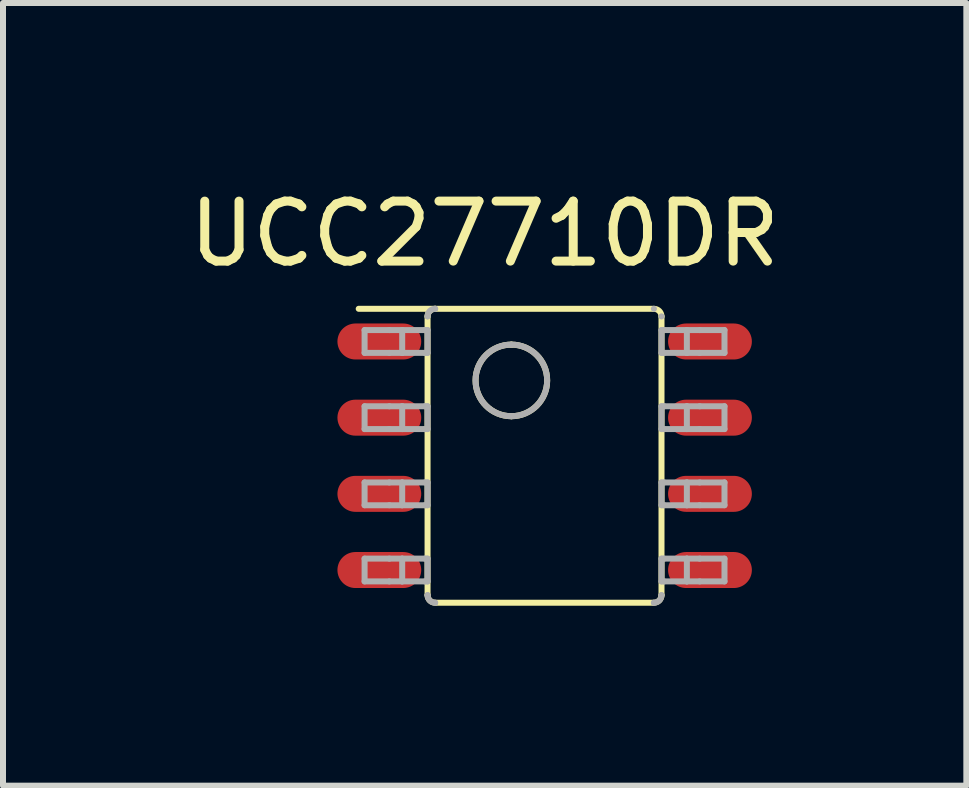
<source format=kicad_pcb>
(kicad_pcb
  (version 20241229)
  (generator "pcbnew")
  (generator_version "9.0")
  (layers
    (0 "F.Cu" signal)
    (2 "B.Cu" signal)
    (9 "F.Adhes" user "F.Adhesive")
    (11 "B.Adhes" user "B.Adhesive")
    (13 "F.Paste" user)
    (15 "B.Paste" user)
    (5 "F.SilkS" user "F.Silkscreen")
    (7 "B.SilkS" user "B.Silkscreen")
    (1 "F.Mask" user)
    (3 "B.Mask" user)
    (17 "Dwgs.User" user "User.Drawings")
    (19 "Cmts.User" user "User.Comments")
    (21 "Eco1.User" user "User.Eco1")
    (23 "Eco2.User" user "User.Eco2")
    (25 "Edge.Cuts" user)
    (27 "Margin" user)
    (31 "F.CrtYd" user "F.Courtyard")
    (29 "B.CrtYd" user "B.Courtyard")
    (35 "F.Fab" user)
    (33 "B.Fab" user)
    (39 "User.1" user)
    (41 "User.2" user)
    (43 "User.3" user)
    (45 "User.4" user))
  (footprint "UCC27710DR"
    (layer "F.Cu")
    (at 6.03 4.548)
    (property "Reference" "UCC27710DR" (at -1 -3.7 0) (layer "F.SilkS") (effects (font (size 1 1) (thickness 0.15))))
    (attr through_hole)
    (fp_line (start -3.1 -2.45) (end 1.8 -2.45) (stroke (width 0.1) (type solid)) (layer "F.SilkS"))
    (fp_line (start -1.952 2.323) (end -1.952 -2.323) (stroke (width 0.1) (type solid)) (layer "F.SilkS"))
    (fp_line (start 1.8 2.45) (end -1.8 2.45) (stroke (width 0.1) (type solid)) (layer "F.SilkS"))
    (fp_line (start 1.948 2.323) (end 1.948 -2.323) (stroke (width 0.1) (type solid)) (layer "F.SilkS"))
    (fp_arc (start -1.952001 -2.32405) (mid -1.914767 -2.412844) (end -1.825941 -2.450002) (stroke (width 0.1) (type solid)) (layer "F.SilkS"))
    (fp_arc (start -1.826049 2.44999) (mid -1.914844 2.412757) (end -1.952002 2.323931) (stroke (width 0.1) (type solid)) (layer "F.SilkS"))
    (fp_arc (start -0.555 -1.8531) (mid 0.0419 -1.2562) (end -0.555 -0.6593) (stroke (width 0.1) (type solid)) (layer "F.SilkS"))
    (fp_arc (start -0.555 -0.6593) (mid -1.1519 -1.2562) (end -0.555 -1.8531) (stroke (width 0.1) (type solid)) (layer "F.SilkS"))
    (fp_arc (start 1.822041 -2.450002) (mid 1.910836 -2.412768) (end 1.947994 -2.323941) (stroke (width 0.1) (type solid)) (layer "F.SilkS"))
    (fp_arc (start 1.947993 2.324038) (mid 1.91076 2.412833) (end 1.821933 2.449992) (stroke (width 0.1) (type solid)) (layer "F.SilkS"))
    (fp_line (start -3.002 -2.095) (end -2.589 -2.095) (stroke (width 0.1) (type solid)) (layer "F.Fab"))
    (fp_line (start -3.002 -1.715) (end -3.002 -2.095) (stroke (width 0.1) (type solid)) (layer "F.Fab"))
    (fp_line (start -3.002 -1.715) (end -2.589 -1.715) (stroke (width 0.1) (type solid)) (layer "F.Fab"))
    (fp_line (start -3.002 -0.825) (end -2.589 -0.825) (stroke (width 0.1) (type solid)) (layer "F.Fab"))
    (fp_line (start -3.002 -0.445) (end -3.002 -0.825) (stroke (width 0.1) (type solid)) (layer "F.Fab"))
    (fp_line (start -3.002 -0.445) (end -2.589 -0.445) (stroke (width 0.1) (type solid)) (layer "F.Fab"))
    (fp_line (start -3.002 0.445) (end -2.589 0.445) (stroke (width 0.1) (type solid)) (layer "F.Fab"))
    (fp_line (start -3.002 0.825) (end -3.002 0.445) (stroke (width 0.1) (type solid)) (layer "F.Fab"))
    (fp_line (start -3.002 0.825) (end -2.589 0.825) (stroke (width 0.1) (type solid)) (layer "F.Fab"))
    (fp_line (start -3.002 1.715) (end -2.589 1.715) (stroke (width 0.1) (type solid)) (layer "F.Fab"))
    (fp_line (start -3.002 2.095) (end -3.002 1.715) (stroke (width 0.1) (type solid)) (layer "F.Fab"))
    (fp_line (start -3.002 2.095) (end -2.589 2.095) (stroke (width 0.1) (type solid)) (layer "F.Fab"))
    (fp_line (start -2.589 -2.095) (end -2.375 -2.095) (stroke (width 0.1) (type solid)) (layer "F.Fab"))
    (fp_line (start -2.589 -1.715) (end -2.375 -1.715) (stroke (width 0.1) (type solid)) (layer "F.Fab"))
    (fp_line (start -2.589 -0.825) (end -2.375 -0.825) (stroke (width 0.1) (type solid)) (layer "F.Fab"))
    (fp_line (start -2.589 -0.445) (end -2.375 -0.445) (stroke (width 0.1) (type solid)) (layer "F.Fab"))
    (fp_line (start -2.589 0.445) (end -2.375 0.445) (stroke (width 0.1) (type solid)) (layer "F.Fab"))
    (fp_line (start -2.589 0.825) (end -2.375 0.825) (stroke (width 0.1) (type solid)) (layer "F.Fab"))
    (fp_line (start -2.589 1.715) (end -2.375 1.715) (stroke (width 0.1) (type solid)) (layer "F.Fab"))
    (fp_line (start -2.589 2.095) (end -2.375 2.095) (stroke (width 0.1) (type solid)) (layer "F.Fab"))
    (fp_line (start -2.375 -2.095) (end -1.995 -2.095) (stroke (width 0.1) (type solid)) (layer "F.Fab"))
    (fp_line (start -2.375 -1.715) (end -2.375 -2.095) (stroke (width 0.1) (type solid)) (layer "F.Fab"))
    (fp_line (start -2.375 -1.715) (end -1.995 -1.715) (stroke (width 0.1) (type solid)) (layer "F.Fab"))
    (fp_line (start -2.375 -0.825) (end -1.995 -0.825) (stroke (width 0.1) (type solid)) (layer "F.Fab"))
    (fp_line (start -2.375 -0.445) (end -2.375 -0.825) (stroke (width 0.1) (type solid)) (layer "F.Fab"))
    (fp_line (start -2.375 -0.445) (end -1.995 -0.445) (stroke (width 0.1) (type solid)) (layer "F.Fab"))
    (fp_line (start -2.375 0.445) (end -1.995 0.445) (stroke (width 0.1) (type solid)) (layer "F.Fab"))
    (fp_line (start -2.375 0.825) (end -2.375 0.445) (stroke (width 0.1) (type solid)) (layer "F.Fab"))
    (fp_line (start -2.375 0.825) (end -1.995 0.825) (stroke (width 0.1) (type solid)) (layer "F.Fab"))
    (fp_line (start -2.375 1.715) (end -1.995 1.715) (stroke (width 0.1) (type solid)) (layer "F.Fab"))
    (fp_line (start -2.375 2.095) (end -2.375 1.715) (stroke (width 0.1) (type solid)) (layer "F.Fab"))
    (fp_line (start -2.375 2.095) (end -1.995 2.095) (stroke (width 0.1) (type solid)) (layer "F.Fab"))
    (fp_line (start -1.995 -2.095) (end -1.952 -2.095) (stroke (width 0.1) (type solid)) (layer "F.Fab"))
    (fp_line (start -1.995 -1.715) (end -1.952 -1.715) (stroke (width 0.1) (type solid)) (layer "F.Fab"))
    (fp_line (start -1.995 -0.825) (end -1.952 -0.825) (stroke (width 0.1) (type solid)) (layer "F.Fab"))
    (fp_line (start -1.995 -0.445) (end -1.952 -0.445) (stroke (width 0.1) (type solid)) (layer "F.Fab"))
    (fp_line (start -1.995 0.445) (end -1.952 0.445) (stroke (width 0.1) (type solid)) (layer "F.Fab"))
    (fp_line (start -1.995 0.825) (end -1.952 0.825) (stroke (width 0.1) (type solid)) (layer "F.Fab"))
    (fp_line (start -1.995 1.715) (end -1.952 1.715) (stroke (width 0.1) (type solid)) (layer "F.Fab"))
    (fp_line (start -1.995 2.095) (end -1.952 2.095) (stroke (width 0.1) (type solid)) (layer "F.Fab"))
    (fp_line (start -1.952 -2.323) (end -1.952 -2.324) (stroke (width 0.1) (type solid)) (layer "F.Fab"))
    (fp_line (start -1.952 -1.715) (end -1.952 -2.095) (stroke (width 0.1) (type solid)) (layer "F.Fab"))
    (fp_line (start -1.952 -0.445) (end -1.952 -0.825) (stroke (width 0.1) (type solid)) (layer "F.Fab"))
    (fp_line (start -1.952 0.825) (end -1.952 0.445) (stroke (width 0.1) (type solid)) (layer "F.Fab"))
    (fp_line (start -1.952 2.095) (end -1.952 1.715) (stroke (width 0.1) (type solid)) (layer "F.Fab"))
    (fp_line (start -1.952 2.324) (end -1.952 2.323) (stroke (width 0.1) (type solid)) (layer "F.Fab"))
    (fp_line (start -1.826 -2.45) (end -1.825 -2.45) (stroke (width 0.1) (type solid)) (layer "F.Fab"))
    (fp_line (start -1.826 2.45) (end -1.825 2.45) (stroke (width 0.1) (type solid)) (layer "F.Fab"))
    (fp_line (start 1.821 -2.45) (end 1.822 -2.45) (stroke (width 0.1) (type solid)) (layer "F.Fab"))
    (fp_line (start 1.821 2.45) (end 1.822 2.45) (stroke (width 0.1) (type solid)) (layer "F.Fab"))
    (fp_line (start 1.948 -2.323) (end 1.948 -2.324) (stroke (width 0.1) (type solid)) (layer "F.Fab"))
    (fp_line (start 1.948 -2.095) (end 1.991 -2.095) (stroke (width 0.1) (type solid)) (layer "F.Fab"))
    (fp_line (start 1.948 -1.715) (end 1.948 -2.095) (stroke (width 0.1) (type solid)) (layer "F.Fab"))
    (fp_line (start 1.948 -1.715) (end 1.991 -1.715) (stroke (width 0.1) (type solid)) (layer "F.Fab"))
    (fp_line (start 1.948 -0.825) (end 1.991 -0.825) (stroke (width 0.1) (type solid)) (layer "F.Fab"))
    (fp_line (start 1.948 -0.445) (end 1.948 -0.825) (stroke (width 0.1) (type solid)) (layer "F.Fab"))
    (fp_line (start 1.948 -0.445) (end 1.991 -0.445) (stroke (width 0.1) (type solid)) (layer "F.Fab"))
    (fp_line (start 1.948 0.445) (end 1.991 0.445) (stroke (width 0.1) (type solid)) (layer "F.Fab"))
    (fp_line (start 1.948 0.825) (end 1.948 0.445) (stroke (width 0.1) (type solid)) (layer "F.Fab"))
    (fp_line (start 1.948 0.825) (end 1.991 0.825) (stroke (width 0.1) (type solid)) (layer "F.Fab"))
    (fp_line (start 1.948 1.715) (end 1.991 1.715) (stroke (width 0.1) (type solid)) (layer "F.Fab"))
    (fp_line (start 1.948 2.095) (end 1.948 1.715) (stroke (width 0.1) (type solid)) (layer "F.Fab"))
    (fp_line (start 1.948 2.095) (end 1.991 2.095) (stroke (width 0.1) (type solid)) (layer "F.Fab"))
    (fp_line (start 1.948 2.324) (end 1.948 2.323) (stroke (width 0.1) (type solid)) (layer "F.Fab"))
    (fp_line (start 1.991 -2.095) (end 2.371 -2.095) (stroke (width 0.1) (type solid)) (layer "F.Fab"))
    (fp_line (start 1.991 -1.715) (end 2.371 -1.715) (stroke (width 0.1) (type solid)) (layer "F.Fab"))
    (fp_line (start 1.991 -0.825) (end 2.371 -0.825) (stroke (width 0.1) (type solid)) (layer "F.Fab"))
    (fp_line (start 1.991 -0.445) (end 2.371 -0.445) (stroke (width 0.1) (type solid)) (layer "F.Fab"))
    (fp_line (start 1.991 0.445) (end 2.371 0.445) (stroke (width 0.1) (type solid)) (layer "F.Fab"))
    (fp_line (start 1.991 0.825) (end 2.371 0.825) (stroke (width 0.1) (type solid)) (layer "F.Fab"))
    (fp_line (start 1.991 1.715) (end 2.371 1.715) (stroke (width 0.1) (type solid)) (layer "F.Fab"))
    (fp_line (start 1.991 2.095) (end 2.371 2.095) (stroke (width 0.1) (type solid)) (layer "F.Fab"))
    (fp_line (start 2.371 -2.095) (end 2.585 -2.095) (stroke (width 0.1) (type solid)) (layer "F.Fab"))
    (fp_line (start 2.371 -1.715) (end 2.371 -2.095) (stroke (width 0.1) (type solid)) (layer "F.Fab"))
    (fp_line (start 2.371 -1.715) (end 2.585 -1.715) (stroke (width 0.1) (type solid)) (layer "F.Fab"))
    (fp_line (start 2.371 -0.825) (end 2.585 -0.825) (stroke (width 0.1) (type solid)) (layer "F.Fab"))
    (fp_line (start 2.371 -0.445) (end 2.371 -0.825) (stroke (width 0.1) (type solid)) (layer "F.Fab"))
    (fp_line (start 2.371 -0.445) (end 2.585 -0.445) (stroke (width 0.1) (type solid)) (layer "F.Fab"))
    (fp_line (start 2.371 0.445) (end 2.585 0.445) (stroke (width 0.1) (type solid)) (layer "F.Fab"))
    (fp_line (start 2.371 0.825) (end 2.371 0.445) (stroke (width 0.1) (type solid)) (layer "F.Fab"))
    (fp_line (start 2.371 0.825) (end 2.585 0.825) (stroke (width 0.1) (type solid)) (layer "F.Fab"))
    (fp_line (start 2.371 1.715) (end 2.585 1.715) (stroke (width 0.1) (type solid)) (layer "F.Fab"))
    (fp_line (start 2.371 2.095) (end 2.371 1.715) (stroke (width 0.1) (type solid)) (layer "F.Fab"))
    (fp_line (start 2.371 2.095) (end 2.585 2.095) (stroke (width 0.1) (type solid)) (layer "F.Fab"))
    (fp_line (start 2.585 -2.095) (end 2.998 -2.095) (stroke (width 0.1) (type solid)) (layer "F.Fab"))
    (fp_line (start 2.585 -1.715) (end 2.998 -1.715) (stroke (width 0.1) (type solid)) (layer "F.Fab"))
    (fp_line (start 2.585 -0.825) (end 2.998 -0.825) (stroke (width 0.1) (type solid)) (layer "F.Fab"))
    (fp_line (start 2.585 -0.445) (end 2.998 -0.445) (stroke (width 0.1) (type solid)) (layer "F.Fab"))
    (fp_line (start 2.585 0.445) (end 2.998 0.445) (stroke (width 0.1) (type solid)) (layer "F.Fab"))
    (fp_line (start 2.585 0.825) (end 2.998 0.825) (stroke (width 0.1) (type solid)) (layer "F.Fab"))
    (fp_line (start 2.585 1.715) (end 2.998 1.715) (stroke (width 0.1) (type solid)) (layer "F.Fab"))
    (fp_line (start 2.585 2.095) (end 2.998 2.095) (stroke (width 0.1) (type solid)) (layer "F.Fab"))
    (fp_line (start 2.998 -1.715) (end 2.998 -2.095) (stroke (width 0.1) (type solid)) (layer "F.Fab"))
    (fp_line (start 2.998 -0.445) (end 2.998 -0.825) (stroke (width 0.1) (type solid)) (layer "F.Fab"))
    (fp_line (start 2.998 0.825) (end 2.998 0.445) (stroke (width 0.1) (type solid)) (layer "F.Fab"))
    (fp_line (start 2.998 2.095) (end 2.998 1.715) (stroke (width 0.1) (type solid)) (layer "F.Fab"))
    (fp_arc (start -1.952002 -2.323941) (mid -1.914806 -2.412806) (end -1.825941 -2.450002) (stroke (width 0.1) (type solid)) (layer "F.Fab"))
    (fp_arc (start -1.82594 2.449991) (mid -1.914805 2.412796) (end -1.952002 2.323931) (stroke (width 0.1) (type solid)) (layer "F.Fab"))
    (fp_arc (start -0.555 -1.8531) (mid 0.0419 -1.2562) (end -0.555 -0.6593) (stroke (width 0.1) (type solid)) (layer "F.Fab"))
    (fp_arc (start -0.555 -0.6593) (mid -1.1519 -1.2562) (end -0.555 -1.8531) (stroke (width 0.1) (type solid)) (layer "F.Fab"))
    (fp_arc (start 1.947994 2.323929) (mid 1.910798 2.412795) (end 1.821933 2.449992) (stroke (width 0.1) (type solid)) (layer "F.Fab"))
    (pad "1" smd oval (at -2.756 -1.905 90) (size 0.6 1.397) (layers "F.Cu" "F.Mask" "F.Paste"))
    (pad "2" smd oval (at -2.756 -0.635 90) (size 0.6 1.397) (layers "F.Cu" "F.Mask" "F.Paste"))
    (pad "3" smd oval (at -2.756 0.635 90) (size 0.6 1.397) (layers "F.Cu" "F.Mask" "F.Paste"))
    (pad "4" smd oval (at -2.756 1.905 90) (size 0.6 1.397) (layers "F.Cu" "F.Mask" "F.Paste"))
    (pad "5" smd oval (at 2.756 1.905 90) (size 0.6 1.397) (layers "F.Cu" "F.Mask" "F.Paste"))
    (pad "6" smd oval (at 2.756 0.635 90) (size 0.6 1.397) (layers "F.Cu" "F.Mask" "F.Paste"))
    (pad "7" smd oval (at 2.756 -0.635 90) (size 0.6 1.397) (layers "F.Cu" "F.Mask" "F.Paste"))
    (pad "8" smd oval (at 2.756 -1.905 90) (size 0.6 1.397) (layers "F.Cu" "F.Mask" "F.Paste")))
  (gr_rect
    (start -3 -3)
    (end 13.06 10.048)
    (stroke (width 0.1) (type default))
    (fill no)
    (layer "Edge.Cuts")))
</source>
